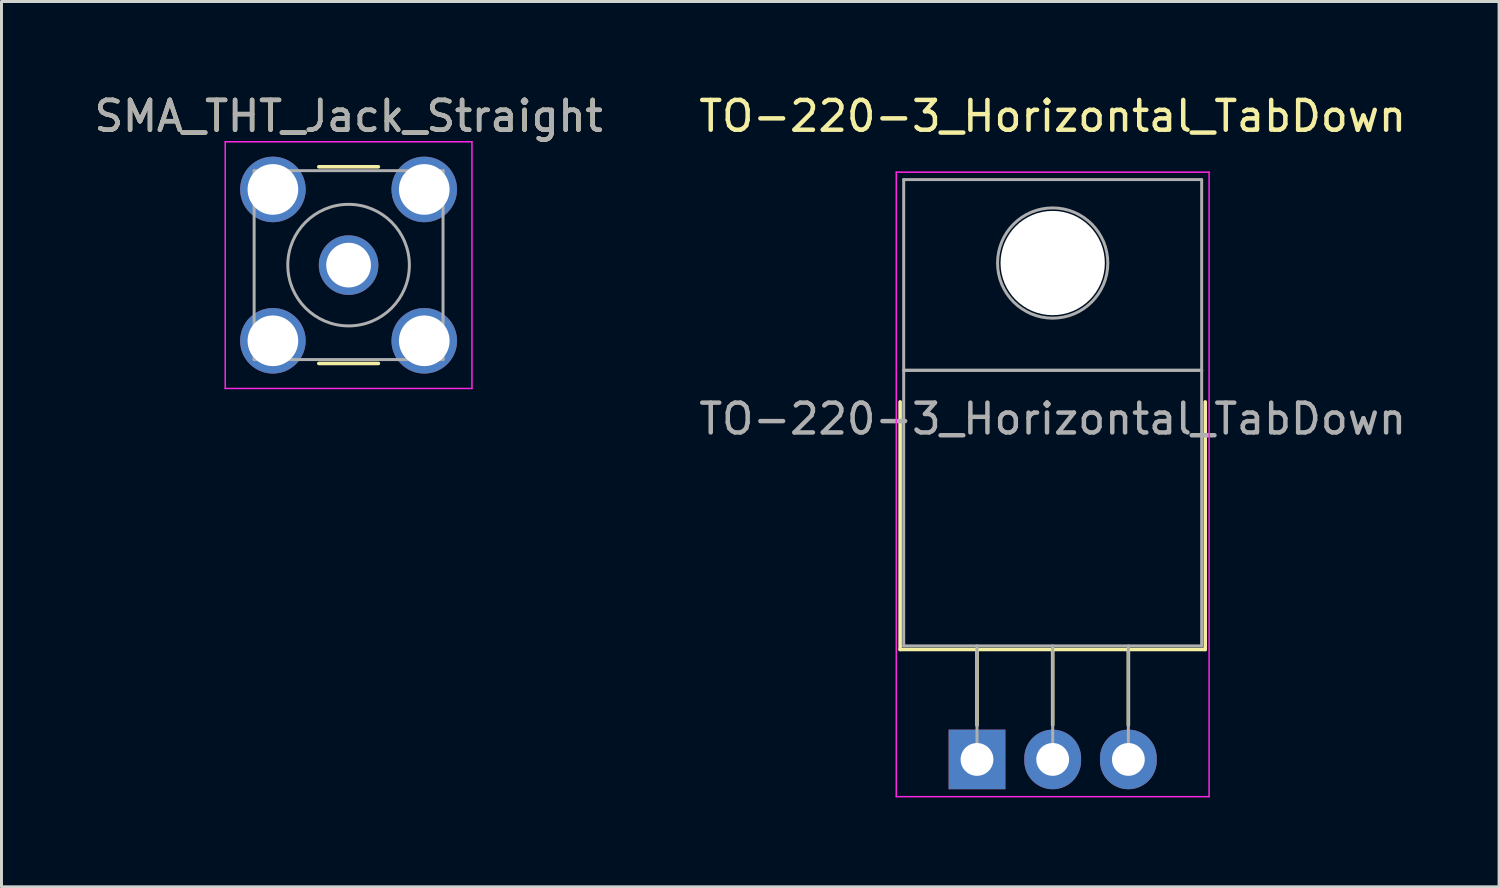
<source format=kicad_pcb>
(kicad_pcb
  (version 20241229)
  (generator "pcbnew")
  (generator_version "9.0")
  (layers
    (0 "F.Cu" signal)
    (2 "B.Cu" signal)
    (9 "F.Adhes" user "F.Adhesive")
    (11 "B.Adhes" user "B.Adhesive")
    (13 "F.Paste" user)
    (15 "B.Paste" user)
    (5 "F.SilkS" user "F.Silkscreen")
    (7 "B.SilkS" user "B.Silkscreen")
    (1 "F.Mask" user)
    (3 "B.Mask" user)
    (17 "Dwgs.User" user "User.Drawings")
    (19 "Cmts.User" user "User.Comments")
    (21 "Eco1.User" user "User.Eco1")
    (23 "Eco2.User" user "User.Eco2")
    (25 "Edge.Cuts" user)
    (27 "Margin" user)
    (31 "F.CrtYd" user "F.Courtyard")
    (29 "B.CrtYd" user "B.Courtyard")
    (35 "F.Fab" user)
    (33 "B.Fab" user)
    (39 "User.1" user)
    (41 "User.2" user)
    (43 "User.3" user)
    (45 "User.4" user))
  (footprint "TO-220-3_Horizontal_TabDown"
    (layer "F.Cu")
    (at 29.74 22.438)
    (property "Reference" "TO-220-3_Horizontal_TabDown" (at 2.54 -21.59 180) (layer "F.SilkS") (effects (font (size 1 1) (thickness 0.15))))
    (attr through_hole)
    (fp_line (start -2.58 -12) (end -2.58 -3.69) (stroke (width 0.12) (type solid)) (layer "F.SilkS"))
    (fp_line (start -2.58 -3.69) (end 7.66 -3.69) (stroke (width 0.12) (type solid)) (layer "F.SilkS"))
    (fp_line (start 0 -3.69) (end 0 -1.15) (stroke (width 0.12) (type solid)) (layer "F.SilkS"))
    (fp_line (start 2.54 -3.69) (end 2.54 -1.15) (stroke (width 0.12) (type solid)) (layer "F.SilkS"))
    (fp_line (start 5.08 -3.69) (end 5.08 -1.15) (stroke (width 0.12) (type solid)) (layer "F.SilkS"))
    (fp_line (start 7.66 -12) (end 7.66 -3.69) (stroke (width 0.12) (type solid)) (layer "F.SilkS"))
    (fp_line (start -2.71 -19.71) (end -2.71 1.25) (stroke (width 0.05) (type solid)) (layer "F.CrtYd"))
    (fp_line (start -2.71 1.25) (end 7.79 1.25) (stroke (width 0.05) (type solid)) (layer "F.CrtYd"))
    (fp_line (start 7.79 -19.71) (end -2.71 -19.71) (stroke (width 0.05) (type solid)) (layer "F.CrtYd"))
    (fp_line (start 7.79 1.25) (end 7.79 -19.71) (stroke (width 0.05) (type solid)) (layer "F.CrtYd"))
    (fp_line (start -2.46 -19.46) (end 7.54 -19.46) (stroke (width 0.1) (type solid)) (layer "F.Fab"))
    (fp_line (start -2.46 -13.06) (end -2.46 -19.46) (stroke (width 0.1) (type solid)) (layer "F.Fab"))
    (fp_line (start -2.46 -13.06) (end 7.54 -13.06) (stroke (width 0.1) (type solid)) (layer "F.Fab"))
    (fp_line (start -2.46 -3.81) (end -2.46 -13.06) (stroke (width 0.1) (type solid)) (layer "F.Fab"))
    (fp_line (start 0 -3.81) (end 0 0) (stroke (width 0.1) (type solid)) (layer "F.Fab"))
    (fp_line (start 2.54 -3.81) (end 2.54 0) (stroke (width 0.1) (type solid)) (layer "F.Fab"))
    (fp_line (start 5.08 -3.81) (end 5.08 0) (stroke (width 0.1) (type solid)) (layer "F.Fab"))
    (fp_line (start 7.54 -19.46) (end 7.54 -13.06) (stroke (width 0.1) (type solid)) (layer "F.Fab"))
    (fp_line (start 7.54 -13.06) (end -2.46 -13.06) (stroke (width 0.1) (type solid)) (layer "F.Fab"))
    (fp_line (start 7.54 -13.06) (end 7.54 -3.81) (stroke (width 0.1) (type solid)) (layer "F.Fab"))
    (fp_line (start 7.54 -3.81) (end -2.46 -3.81) (stroke (width 0.1) (type solid)) (layer "F.Fab"))
    (fp_circle (center 2.54 -16.66) (end 4.39 -16.66) (stroke (width 0.1) (type solid)) (fill no) (layer "F.Fab"))
    (fp_text user "${REFERENCE}" (at 2.54 -11.43 0) (layer "F.Fab") (effects (font (size 1 1) (thickness 0.15))))
    (pad "" np_thru_hole oval (at 2.54 -16.66) (size 3.5 3.5) (drill 3.5) (layers "*.Cu" "*.Mask"))
    (pad "1" thru_hole rect (at 0 0) (size 1.905 2) (drill 1.1) (layers "*.Cu" "*.Mask"))
    (pad "2" thru_hole oval (at 2.54 0) (size 1.905 2) (drill 1.1) (layers "*.Cu" "*.Mask"))
    (pad "3" thru_hole oval (at 5.08 0) (size 1.905 2) (drill 1.1) (layers "*.Cu" "*.Mask")))
  (footprint "SMA_THT_Jack_Straight"
    (layer "F.Cu")
    (at 8.649 5.848)
    (property "Reference" "SMA_THT_Jack_Straight" (at 0 -5 0) (layer "F.SilkS") (effects (font (size 1 1) (thickness 0.15))))
    (attr through_hole)
    (fp_line (start -1 -3.3) (end 1 -3.3) (stroke (width 0.12) (type solid)) (layer "F.SilkS"))
    (fp_line (start -1 3.3) (end 1 3.3) (stroke (width 0.12) (type solid)) (layer "F.SilkS"))
    (fp_line (start -4.14 -4.14) (end -4.14 4.14) (stroke (width 0.05) (type solid)) (layer "F.CrtYd"))
    (fp_line (start -4.14 -4.14) (end 4.14 -4.14) (stroke (width 0.05) (type solid)) (layer "F.CrtYd"))
    (fp_line (start 4.14 4.14) (end -4.14 4.14) (stroke (width 0.05) (type solid)) (layer "F.CrtYd"))
    (fp_line (start 4.14 4.14) (end 4.14 -4.14) (stroke (width 0.05) (type solid)) (layer "F.CrtYd"))
    (fp_line (start -3.17 -3.17) (end -3.17 3.17) (stroke (width 0.1) (type solid)) (layer "F.Fab"))
    (fp_line (start -3.17 -3.17) (end 3.17 -3.17) (stroke (width 0.1) (type solid)) (layer "F.Fab"))
    (fp_line (start -3.17 3.17) (end 3.17 3.17) (stroke (width 0.1) (type solid)) (layer "F.Fab"))
    (fp_line (start -3.05 -3.05) (end -3.05 -2.03) (stroke (width 0.1) (type solid)) (layer "F.Fab"))
    (fp_line (start -3.05 -3.05) (end -2.03 -3.05) (stroke (width 0.1) (type solid)) (layer "F.Fab"))
    (fp_line (start -3.05 -2.03) (end -2.03 -2.03) (stroke (width 0.1) (type solid)) (layer "F.Fab"))
    (fp_line (start -3.05 2.03) (end -2.03 2.03) (stroke (width 0.1) (type solid)) (layer "F.Fab"))
    (fp_line (start -3.05 3.05) (end -3.05 2.03) (stroke (width 0.1) (type solid)) (layer "F.Fab"))
    (fp_line (start -3.05 3.05) (end -2.03 3.05) (stroke (width 0.1) (type solid)) (layer "F.Fab"))
    (fp_line (start -2.03 -3.05) (end -2.03 -2.03) (stroke (width 0.1) (type solid)) (layer "F.Fab"))
    (fp_line (start -2.03 2.03) (end -2.03 3.05) (stroke (width 0.1) (type solid)) (layer "F.Fab"))
    (fp_line (start 2.03 -3.05) (end 2.03 -2.03) (stroke (width 0.1) (type solid)) (layer "F.Fab"))
    (fp_line (start 2.03 -3.05) (end 3.05 -3.05) (stroke (width 0.1) (type solid)) (layer "F.Fab"))
    (fp_line (start 2.03 -2.03) (end 3.05 -2.03) (stroke (width 0.1) (type solid)) (layer "F.Fab"))
    (fp_line (start 2.03 2.03) (end 2.03 3.05) (stroke (width 0.1) (type solid)) (layer "F.Fab"))
    (fp_line (start 2.03 3.05) (end 3.05 3.05) (stroke (width 0.1) (type solid)) (layer "F.Fab"))
    (fp_line (start 3.05 -3.05) (end 3.05 -2.03) (stroke (width 0.1) (type solid)) (layer "F.Fab"))
    (fp_line (start 3.05 2.03) (end 2.03 2.03) (stroke (width 0.1) (type solid)) (layer "F.Fab"))
    (fp_line (start 3.05 2.03) (end 3.05 3.05) (stroke (width 0.1) (type solid)) (layer "F.Fab"))
    (fp_line (start 3.17 -3.17) (end 3.17 3.17) (stroke (width 0.1) (type solid)) (layer "F.Fab"))
    (fp_circle (center 0 0) (end 0.635 0) (stroke (width 0.1) (type solid)) (fill no) (layer "F.Fab"))
    (fp_circle (center 0 0) (end 2.04 0) (stroke (width 0.1) (type solid)) (fill no) (layer "F.Fab"))
    (fp_text user "${REFERENCE}" (at 0 -5 0) (layer "F.Fab") (effects (font (size 1 1) (thickness 0.15))))
    (pad "1" thru_hole circle (at 0 0) (size 2 2) (drill 1.5) (layers "*.Cu" "*.Mask"))
    (pad "2" thru_hole circle (at -2.54 -2.54) (size 2.2 2.2) (drill 1.7) (layers "*.Cu" "*.Mask"))
    (pad "2" thru_hole circle (at -2.54 2.54) (size 2.2 2.2) (drill 1.7) (layers "*.Cu" "*.Mask"))
    (pad "2" thru_hole circle (at 2.54 -2.54) (size 2.2 2.2) (drill 1.7) (layers "*.Cu" "*.Mask"))
    (pad "2" thru_hole circle (at 2.54 2.54) (size 2.2 2.2) (drill 1.7) (layers "*.Cu" "*.Mask")))
  (gr_rect
    (start -3 -3)
    (end 47.262 26.713)
    (stroke (width 0.1) (type default))
    (fill no)
    (layer "Edge.Cuts")))
</source>
